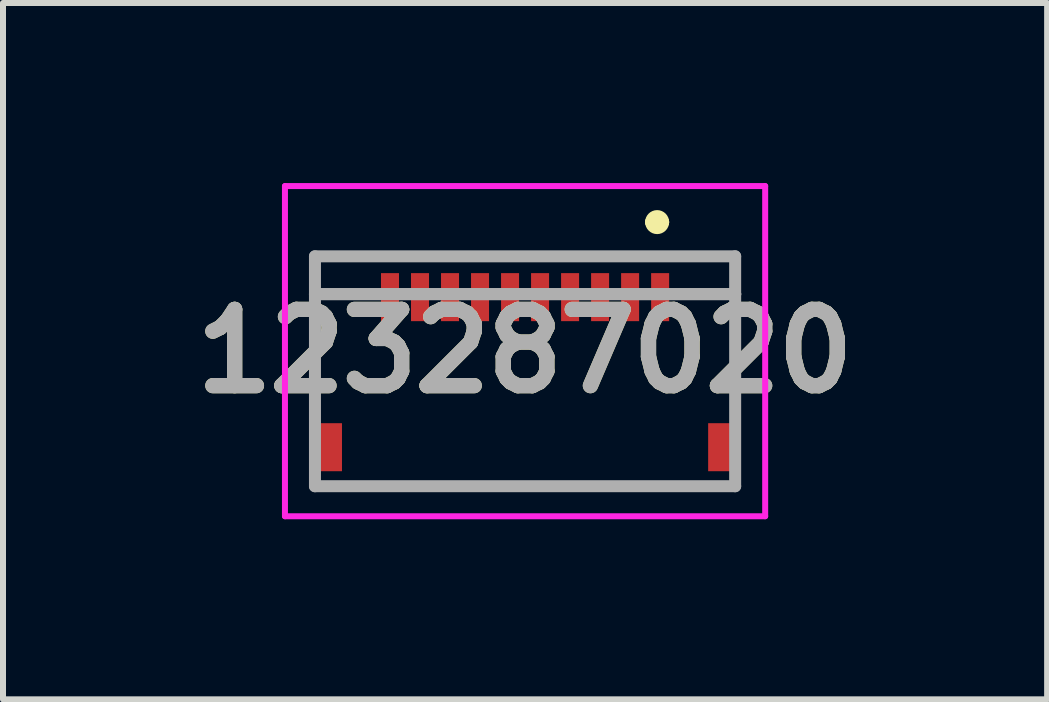
<source format=kicad_pcb>
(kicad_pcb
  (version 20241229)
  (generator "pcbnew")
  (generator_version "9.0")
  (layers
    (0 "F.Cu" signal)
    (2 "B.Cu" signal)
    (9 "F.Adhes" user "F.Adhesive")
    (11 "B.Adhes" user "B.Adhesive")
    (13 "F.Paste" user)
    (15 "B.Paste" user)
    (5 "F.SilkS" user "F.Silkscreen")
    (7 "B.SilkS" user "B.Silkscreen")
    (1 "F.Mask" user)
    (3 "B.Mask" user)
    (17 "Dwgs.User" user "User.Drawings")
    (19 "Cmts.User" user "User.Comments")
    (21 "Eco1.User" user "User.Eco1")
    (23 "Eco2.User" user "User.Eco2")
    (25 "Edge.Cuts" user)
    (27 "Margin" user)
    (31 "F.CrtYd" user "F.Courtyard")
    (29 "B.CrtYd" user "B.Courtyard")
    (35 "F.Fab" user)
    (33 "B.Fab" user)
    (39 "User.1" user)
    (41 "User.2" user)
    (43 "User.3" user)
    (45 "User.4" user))
  (footprint "123287020"
    (layer "F.Cu")
    (at 5.697 2.8)
    (property "Reference" "123287020" (at 0 0 0) (layer "F.SilkS") (effects (font (size 1.27 1.27) (thickness 0.254))))
    (attr smd)
    (fp_line (start -3.5 -0.95) (end -3.5 0.5) (stroke (width 0.1) (type solid)) (layer "F.SilkS"))
    (fp_line (start -3 -0.95) (end -3.5 -0.95) (stroke (width 0.1) (type solid)) (layer "F.SilkS"))
    (fp_line (start -2.5 2.25) (end 2.5 2.25) (stroke (width 0.1) (type solid)) (layer "F.SilkS"))
    (fp_line (start 2.1 -2.15) (end 2.1 -2.15) (stroke (width 0.2) (type solid)) (layer "F.SilkS"))
    (fp_line (start 2.3 -2.15) (end 2.3 -2.15) (stroke (width 0.2) (type solid)) (layer "F.SilkS"))
    (fp_line (start 3 -0.95) (end 3.5 -0.95) (stroke (width 0.1) (type solid)) (layer "F.SilkS"))
    (fp_line (start 3.5 -0.95) (end 3.5 0.5) (stroke (width 0.1) (type solid)) (layer "F.SilkS"))
    (fp_arc (start 2.1 -2.15) (mid 2.2 -2.25) (end 2.3 -2.15) (stroke (width 0.2) (type solid)) (layer "F.SilkS"))
    (fp_arc (start 2.3 -2.15) (mid 2.2 -2.05) (end 2.1 -2.15) (stroke (width 0.2) (type solid)) (layer "F.SilkS"))
    (fp_line (start -4 -2.75) (end 4 -2.75) (stroke (width 0.1) (type solid)) (layer "F.CrtYd"))
    (fp_line (start -4 2.75) (end -4 -2.75) (stroke (width 0.1) (type solid)) (layer "F.CrtYd"))
    (fp_line (start 4 -2.75) (end 4 2.75) (stroke (width 0.1) (type solid)) (layer "F.CrtYd"))
    (fp_line (start 4 2.75) (end -4 2.75) (stroke (width 0.1) (type solid)) (layer "F.CrtYd"))
    (fp_line (start -3.5 -1.58) (end -3.5 -0.95) (stroke (width 0.2) (type solid)) (layer "F.Fab"))
    (fp_line (start -3.5 -0.95) (end 3.5 -0.95) (stroke (width 0.2) (type solid)) (layer "F.Fab"))
    (fp_line (start -3.5 -0.95) (end 3.5 -0.95) (stroke (width 0.2) (type solid)) (layer "F.Fab"))
    (fp_line (start -3.5 2.25) (end -3.5 -0.95) (stroke (width 0.2) (type solid)) (layer "F.Fab"))
    (fp_line (start 3.5 -1.58) (end -3.5 -1.58) (stroke (width 0.2) (type solid)) (layer "F.Fab"))
    (fp_line (start 3.5 -0.95) (end 3.5 -1.58) (stroke (width 0.2) (type solid)) (layer "F.Fab"))
    (fp_line (start 3.5 -0.95) (end 3.5 2.25) (stroke (width 0.2) (type solid)) (layer "F.Fab"))
    (fp_line (start 3.5 2.25) (end -3.5 2.25) (stroke (width 0.2) (type solid)) (layer "F.Fab"))
    (fp_text user "${REFERENCE}" (at 0 0 0) (layer "F.Fab") (effects (font (size 1.27 1.27) (thickness 0.254))))
    (pad "1" smd rect (at 2.25 -0.9) (size 0.3 0.8) (layers "F.Cu" "F.Mask" "F.Paste"))
    (pad "2" smd rect (at 1.75 -0.9) (size 0.3 0.8) (layers "F.Cu" "F.Mask" "F.Paste"))
    (pad "3" smd rect (at 1.25 -0.9) (size 0.3 0.8) (layers "F.Cu" "F.Mask" "F.Paste"))
    (pad "4" smd rect (at 0.75 -0.9) (size 0.3 0.8) (layers "F.Cu" "F.Mask" "F.Paste"))
    (pad "5" smd rect (at 0.25 -0.9) (size 0.3 0.8) (layers "F.Cu" "F.Mask" "F.Paste"))
    (pad "6" smd rect (at -0.25 -0.9) (size 0.3 0.8) (layers "F.Cu" "F.Mask" "F.Paste"))
    (pad "7" smd rect (at -0.75 -0.9) (size 0.3 0.8) (layers "F.Cu" "F.Mask" "F.Paste"))
    (pad "8" smd rect (at -1.25 -0.9) (size 0.3 0.8) (layers "F.Cu" "F.Mask" "F.Paste"))
    (pad "9" smd rect (at -1.75 -0.9) (size 0.3 0.8) (layers "F.Cu" "F.Mask" "F.Paste"))
    (pad "10" smd rect (at -2.25 -0.9) (size 0.3 0.8) (layers "F.Cu" "F.Mask" "F.Paste"))
    (pad "MP1" smd rect (at 3.25 1.6) (size 0.4 0.8) (layers "F.Cu" "F.Mask" "F.Paste"))
    (pad "MP2" smd rect (at -3.25 1.6) (size 0.4 0.8) (layers "F.Cu" "F.Mask" "F.Paste")))
  (gr_rect
    (start -3 -3)
    (end 14.394 8.6)
    (stroke (width 0.1) (type default))
    (fill no)
    (layer "Edge.Cuts")))
</source>
